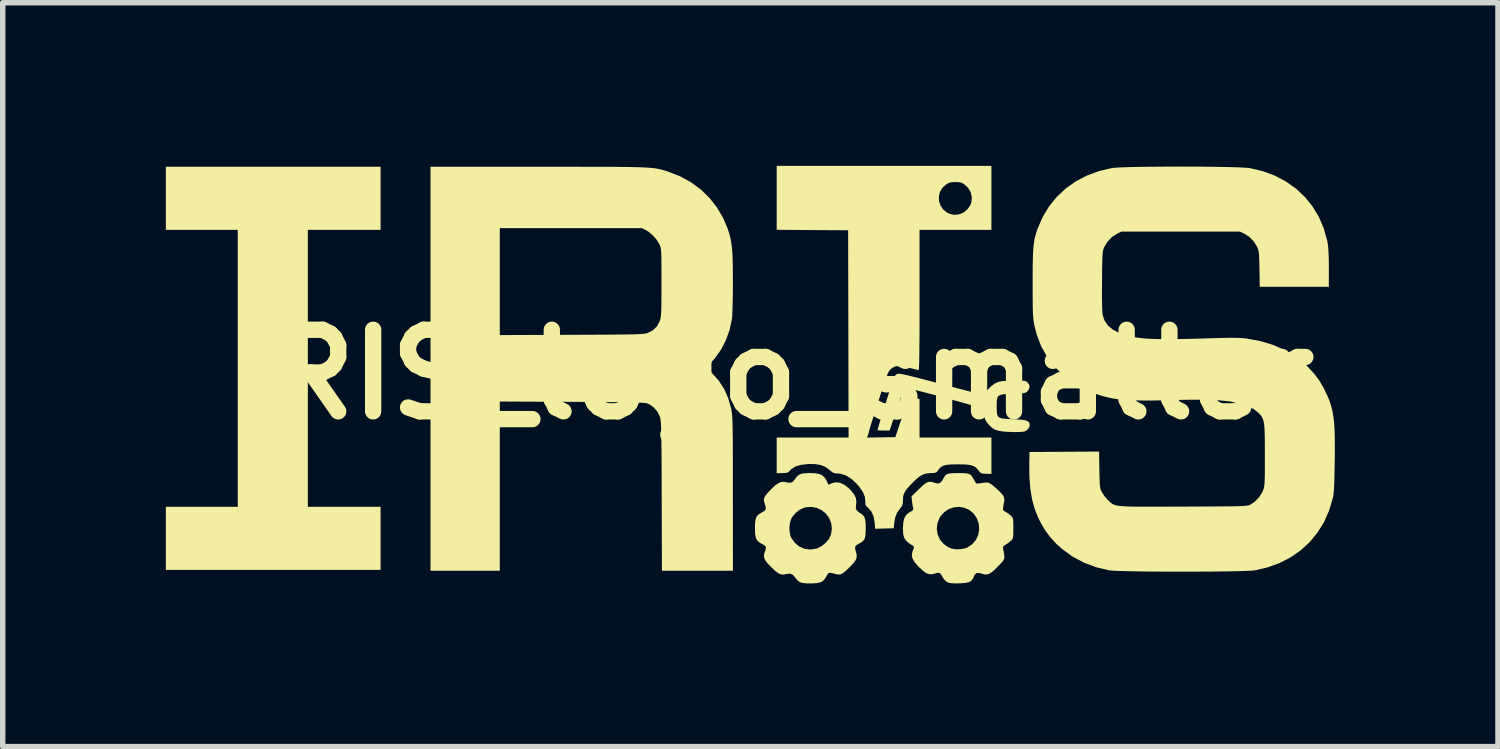
<source format=kicad_pcb>
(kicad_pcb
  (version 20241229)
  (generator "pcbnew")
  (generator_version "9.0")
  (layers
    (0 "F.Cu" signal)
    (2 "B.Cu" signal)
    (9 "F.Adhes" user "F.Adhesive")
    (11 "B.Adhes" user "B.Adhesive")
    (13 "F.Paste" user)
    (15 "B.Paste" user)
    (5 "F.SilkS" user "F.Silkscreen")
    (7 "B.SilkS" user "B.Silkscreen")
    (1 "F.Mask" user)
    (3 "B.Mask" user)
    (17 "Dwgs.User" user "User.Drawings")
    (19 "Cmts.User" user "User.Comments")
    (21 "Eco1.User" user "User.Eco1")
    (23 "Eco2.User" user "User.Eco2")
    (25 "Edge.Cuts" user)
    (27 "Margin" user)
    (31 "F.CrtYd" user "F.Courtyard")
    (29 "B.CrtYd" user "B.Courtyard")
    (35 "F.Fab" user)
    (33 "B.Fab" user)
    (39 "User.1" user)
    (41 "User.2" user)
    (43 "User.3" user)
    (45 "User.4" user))
  (footprint "IRIS_logo_smaller"
    (layer "F.Cu")
    (at 11.169 3.836)
    (property "Reference" "IRIS_logo_smaller" (at 0 0 0) (layer "F.SilkS") (effects (font (size 1.5 1.5) (thickness 0.3))))
    (attr board_only exclude_from_pos_files exclude_from_bom)
    (fp_poly (pts (xy -7.22 -3.239) (xy -7.22 -2.659) (xy -7.889 -2.659) (xy -8.558 -2.659) (xy -8.558 -0.113) (xy -8.558 2.434) (xy -7.889 2.434) (xy -7.22 2.434) (xy -7.22 3.014) (xy -7.22 3.594) (xy -9.195 3.594) (xy -11.169 3.594) (xy -11.169 3.014) (xy -11.169 2.434) (xy -10.508 2.434) (xy -9.847 2.434) (xy -9.847 -0.113) (xy -9.847 -2.659) (xy -10.508 -2.659) (xy -11.169 -2.659) (xy -11.169 -3.239) (xy -11.169 -3.82) (xy -9.195 -3.82) (xy -7.22 -3.82)) (stroke (width 0) (type solid)) (fill yes) (layer "F.SilkS"))
    (fp_poly (pts (xy 2.32 -0.013) (xy 2.349 -0.009) (xy 2.388 -0.002) (xy 2.44 0.009) (xy 2.508 0.025) (xy 2.594 0.046) (xy 2.699 0.073) (xy 2.827 0.106) (xy 2.979 0.146) (xy 3.159 0.194) (xy 3.318 0.236) (xy 3.442 0.269) (xy 3.556 0.298) (xy 3.657 0.324) (xy 3.74 0.345) (xy 3.803 0.36) (xy 3.841 0.368) (xy 3.85 0.369) (xy 3.873 0.357) (xy 3.907 0.325) (xy 3.941 0.286) (xy 4.002 0.221) (xy 4.07 0.17) (xy 4.085 0.162) (xy 4.12 0.146) (xy 4.153 0.134) (xy 4.192 0.126) (xy 4.244 0.121) (xy 4.315 0.118) (xy 4.4 0.115) (xy 4.493 0.114) (xy 4.56 0.114) (xy 4.606 0.116) (xy 4.636 0.121) (xy 4.657 0.13) (xy 4.67 0.14) (xy 4.708 0.188) (xy 4.715 0.24) (xy 4.69 0.293) (xy 4.685 0.299) (xy 4.669 0.317) (xy 4.653 0.329) (xy 4.63 0.338) (xy 4.595 0.344) (xy 4.543 0.348) (xy 4.468 0.351) (xy 4.409 0.354) (xy 4.304 0.358) (xy 4.227 0.365) (xy 4.174 0.377) (xy 4.14 0.398) (xy 4.121 0.432) (xy 4.112 0.481) (xy 4.11 0.55) (xy 4.11 0.588) (xy 4.111 0.667) (xy 4.116 0.725) (xy 4.13 0.766) (xy 4.157 0.792) (xy 4.202 0.808) (xy 4.269 0.816) (xy 4.362 0.821) (xy 4.402 0.823) (xy 4.509 0.828) (xy 4.588 0.835) (xy 4.644 0.846) (xy 4.681 0.861) (xy 4.703 0.881) (xy 4.715 0.909) (xy 4.716 0.912) (xy 4.713 0.961) (xy 4.686 1.006) (xy 4.642 1.04) (xy 4.616 1.05) (xy 4.565 1.056) (xy 4.493 1.059) (xy 4.407 1.059) (xy 4.32 1.056) (xy 4.239 1.05) (xy 4.212 1.047) (xy 4.15 1.036) (xy 4.094 1.021) (xy 4.066 1.009) (xy 4.018 0.976) (xy 3.968 0.928) (xy 3.924 0.874) (xy 3.896 0.826) (xy 3.891 0.81) (xy 3.872 0.733) (xy 3.857 0.681) (xy 3.841 0.648) (xy 3.823 0.628) (xy 3.815 0.621) (xy 3.79 0.611) (xy 3.738 0.594) (xy 3.664 0.571) (xy 3.57 0.544) (xy 3.462 0.513) (xy 3.343 0.48) (xy 3.217 0.445) (xy 3.088 0.41) (xy 2.96 0.376) (xy 2.837 0.344) (xy 2.722 0.314) (xy 2.62 0.289) (xy 2.534 0.268) (xy 2.469 0.253) (xy 2.428 0.246) (xy 2.415 0.245) (xy 2.406 0.261) (xy 2.389 0.304) (xy 2.365 0.369) (xy 2.335 0.452) (xy 2.301 0.549) (xy 2.271 0.641) (xy 2.141 1.031) (xy 2.03 1.031) (xy 1.974 1.03) (xy 1.934 1.027) (xy 1.918 1.023) (xy 1.918 1.022) (xy 1.923 1.004) (xy 1.936 0.959) (xy 1.955 0.893) (xy 1.981 0.81) (xy 2.01 0.715) (xy 2.042 0.613) (xy 2.075 0.508) (xy 2.107 0.405) (xy 2.138 0.308) (xy 2.165 0.223) (xy 2.188 0.153) (xy 2.204 0.104) (xy 2.21 0.087) (xy 2.234 0.033) (xy 2.257 0.003) (xy 2.286 -0.011) (xy 2.3 -0.013)) (stroke (width 0) (type solid)) (fill yes) (layer "F.SilkS"))
    (fp_poly (pts (xy 0.773 1.817) (xy 0.848 1.83) (xy 0.902 1.855) (xy 0.944 1.894) (xy 0.98 1.952) (xy 0.981 1.954) (xy 1.018 2.03) (xy 1.064 2.006) (xy 1.143 1.983) (xy 1.225 1.991) (xy 1.311 2.03) (xy 1.399 2.101) (xy 1.431 2.135) (xy 1.489 2.208) (xy 1.521 2.274) (xy 1.53 2.342) (xy 1.524 2.394) (xy 1.519 2.458) (xy 1.537 2.503) (xy 1.58 2.538) (xy 1.595 2.546) (xy 1.64 2.575) (xy 1.672 2.613) (xy 1.691 2.665) (xy 1.7 2.737) (xy 1.702 2.834) (xy 1.701 2.849) (xy 1.698 2.935) (xy 1.689 2.996) (xy 1.673 3.038) (xy 1.645 3.07) (xy 1.602 3.099) (xy 1.575 3.113) (xy 1.528 3.141) (xy 1.507 3.17) (xy 1.507 3.21) (xy 1.521 3.261) (xy 1.535 3.317) (xy 1.534 3.367) (xy 1.514 3.417) (xy 1.474 3.472) (xy 1.41 3.54) (xy 1.403 3.547) (xy 1.338 3.609) (xy 1.288 3.65) (xy 1.246 3.673) (xy 1.206 3.68) (xy 1.161 3.674) (xy 1.128 3.665) (xy 1.078 3.652) (xy 1.04 3.646) (xy 1.027 3.647) (xy 1.008 3.664) (xy 0.984 3.699) (xy 0.976 3.715) (xy 0.943 3.768) (xy 0.907 3.804) (xy 0.86 3.826) (xy 0.797 3.838) (xy 0.708 3.843) (xy 0.7 3.843) (xy 0.61 3.842) (xy 0.547 3.836) (xy 0.502 3.825) (xy 0.493 3.82) (xy 0.452 3.791) (xy 0.413 3.747) (xy 0.404 3.735) (xy 0.361 3.684) (xy 0.313 3.663) (xy 0.251 3.668) (xy 0.238 3.671) (xy 0.187 3.681) (xy 0.142 3.677) (xy 0.096 3.657) (xy 0.044 3.618) (xy -0.022 3.558) (xy -0.033 3.547) (xy -0.1 3.478) (xy -0.143 3.422) (xy -0.166 3.374) (xy -0.171 3.328) (xy -0.16 3.278) (xy -0.152 3.258) (xy -0.138 3.212) (xy -0.133 3.177) (xy -0.134 3.169) (xy -0.153 3.15) (xy -0.19 3.125) (xy -0.215 3.112) (xy -0.265 3.082) (xy -0.3 3.045) (xy -0.322 2.994) (xy -0.333 2.925) (xy -0.336 2.83) (xy -0.336 2.82) (xy -0.336 2.806) (xy 0.298 2.806) (xy 0.301 2.893) (xy 0.317 2.97) (xy 0.329 2.998) (xy 0.395 3.094) (xy 0.478 3.164) (xy 0.575 3.206) (xy 0.681 3.22) (xy 0.792 3.203) (xy 0.815 3.196) (xy 0.893 3.156) (xy 0.966 3.096) (xy 1.026 3.023) (xy 1.062 2.946) (xy 1.063 2.942) (xy 1.079 2.834) (xy 1.066 2.732) (xy 1.028 2.639) (xy 0.969 2.559) (xy 0.892 2.497) (xy 0.802 2.454) (xy 0.701 2.435) (xy 0.594 2.444) (xy 0.562 2.452) (xy 0.49 2.487) (xy 0.418 2.543) (xy 0.358 2.611) (xy 0.334 2.649) (xy 0.31 2.72) (xy 0.298 2.806) (xy -0.336 2.806) (xy -0.333 2.727) (xy -0.323 2.659) (xy -0.303 2.611) (xy -0.271 2.575) (xy -0.224 2.546) (xy -0.221 2.544) (xy -0.172 2.517) (xy -0.145 2.492) (xy -0.136 2.461) (xy -0.145 2.414) (xy -0.162 2.359) (xy -0.171 2.319) (xy -0.169 2.282) (xy -0.152 2.243) (xy -0.117 2.196) (xy -0.062 2.135) (xy -0.043 2.116) (xy 0.029 2.046) (xy 0.09 2.002) (xy 0.144 1.978) (xy 0.199 1.974) (xy 0.247 1.984) (xy 0.307 1.993) (xy 0.35 1.981) (xy 0.386 1.944) (xy 0.395 1.931) (xy 0.432 1.88) (xy 0.472 1.846) (xy 0.521 1.825) (xy 0.588 1.816) (xy 0.674 1.813)) (stroke (width 0) (type solid)) (fill yes) (layer "F.SilkS"))
    (fp_poly (pts (xy 3.476 1.814) (xy 3.544 1.818) (xy 3.592 1.827) (xy 3.626 1.843) (xy 3.651 1.869) (xy 3.675 1.907) (xy 3.681 1.917) (xy 3.706 1.962) (xy 3.727 1.994) (xy 3.736 2.005) (xy 3.757 2.006) (xy 3.799 2.002) (xy 3.834 1.996) (xy 3.891 1.989) (xy 3.94 1.987) (xy 3.96 1.99) (xy 3.991 2.006) (xy 4.036 2.039) (xy 4.089 2.084) (xy 4.143 2.133) (xy 4.191 2.181) (xy 4.226 2.222) (xy 4.236 2.237) (xy 4.25 2.289) (xy 4.248 2.331) (xy 4.235 2.405) (xy 4.228 2.454) (xy 4.227 2.484) (xy 4.233 2.501) (xy 4.247 2.513) (xy 4.271 2.525) (xy 4.273 2.526) (xy 4.323 2.558) (xy 4.37 2.596) (xy 4.371 2.598) (xy 4.39 2.617) (xy 4.403 2.637) (xy 4.411 2.663) (xy 4.414 2.702) (xy 4.416 2.762) (xy 4.416 2.828) (xy 4.416 2.909) (xy 4.414 2.964) (xy 4.409 3) (xy 4.401 3.025) (xy 4.387 3.044) (xy 4.371 3.059) (xy 4.324 3.098) (xy 4.274 3.13) (xy 4.273 3.131) (xy 4.238 3.153) (xy 4.226 3.176) (xy 4.229 3.212) (xy 4.244 3.289) (xy 4.251 3.344) (xy 4.249 3.384) (xy 4.234 3.418) (xy 4.204 3.456) (xy 4.157 3.506) (xy 4.14 3.523) (xy 4.069 3.594) (xy 4.012 3.642) (xy 3.965 3.669) (xy 3.92 3.68) (xy 3.874 3.675) (xy 3.844 3.666) (xy 3.781 3.65) (xy 3.737 3.654) (xy 3.706 3.682) (xy 3.687 3.722) (xy 3.664 3.769) (xy 3.633 3.802) (xy 3.59 3.823) (xy 3.528 3.835) (xy 3.442 3.841) (xy 3.416 3.842) (xy 3.328 3.842) (xy 3.265 3.838) (xy 3.221 3.829) (xy 3.201 3.821) (xy 3.159 3.789) (xy 3.125 3.744) (xy 3.123 3.74) (xy 3.091 3.684) (xy 3.063 3.654) (xy 3.031 3.646) (xy 2.993 3.655) (xy 2.928 3.673) (xy 2.871 3.673) (xy 2.816 3.654) (xy 2.756 3.613) (xy 2.686 3.548) (xy 2.665 3.526) (xy 2.601 3.453) (xy 2.564 3.391) (xy 2.549 3.334) (xy 2.556 3.273) (xy 2.569 3.234) (xy 2.585 3.192) (xy 2.587 3.169) (xy 2.577 3.156) (xy 2.569 3.151) (xy 2.491 3.1) (xy 2.439 3.052) (xy 2.407 3) (xy 2.391 2.934) (xy 2.386 2.848) (xy 2.386 2.845) (xy 3.008 2.845) (xy 3.025 2.945) (xy 3.067 3.037) (xy 3.133 3.116) (xy 3.219 3.177) (xy 3.278 3.201) (xy 3.36 3.216) (xy 3.454 3.213) (xy 3.541 3.194) (xy 3.57 3.182) (xy 3.659 3.123) (xy 3.726 3.045) (xy 3.77 2.952) (xy 3.788 2.85) (xy 3.78 2.744) (xy 3.743 2.641) (xy 3.743 2.641) (xy 3.681 2.554) (xy 3.603 2.49) (xy 3.514 2.451) (xy 3.418 2.435) (xy 3.321 2.444) (xy 3.228 2.476) (xy 3.144 2.533) (xy 3.074 2.613) (xy 3.057 2.642) (xy 3.018 2.742) (xy 3.008 2.845) (xy 2.386 2.845) (xy 2.386 2.828) (xy 2.392 2.722) (xy 2.412 2.64) (xy 2.448 2.58) (xy 2.502 2.537) (xy 2.515 2.53) (xy 2.556 2.507) (xy 2.573 2.487) (xy 2.574 2.461) (xy 2.572 2.453) (xy 2.564 2.411) (xy 2.556 2.354) (xy 2.552 2.327) (xy 2.542 2.244) (xy 2.673 2.115) (xy 2.743 2.048) (xy 2.799 2.003) (xy 2.846 1.979) (xy 2.889 1.973) (xy 2.935 1.981) (xy 2.962 1.991) (xy 3.02 2.006) (xy 3.065 1.996) (xy 3.103 1.959) (xy 3.125 1.92) (xy 3.15 1.877) (xy 3.174 1.847) (xy 3.206 1.829) (xy 3.252 1.819) (xy 3.318 1.815) (xy 3.382 1.814)) (stroke (width 0) (type solid)) (fill yes) (layer "F.SilkS"))
    (fp_poly (pts (xy -3.746 -3.82) (xy -3.503 -3.819) (xy -3.286 -3.819) (xy -3.093 -3.819) (xy -2.924 -3.818) (xy -2.776 -3.816) (xy -2.648 -3.815) (xy -2.536 -3.812) (xy -2.441 -3.81) (xy -2.359 -3.806) (xy -2.29 -3.802) (xy -2.23 -3.797) (xy -2.179 -3.791) (xy -2.134 -3.784) (xy -2.094 -3.776) (xy -2.057 -3.767) (xy -2.02 -3.757) (xy -1.983 -3.746) (xy -1.943 -3.733) (xy -1.931 -3.729) (xy -1.712 -3.644) (xy -1.511 -3.534) (xy -1.329 -3.399) (xy -1.168 -3.242) (xy -1.03 -3.065) (xy -0.917 -2.87) (xy -0.845 -2.7) (xy -0.819 -2.625) (xy -0.798 -2.553) (xy -0.781 -2.481) (xy -0.768 -2.405) (xy -0.758 -2.32) (xy -0.75 -2.223) (xy -0.746 -2.109) (xy -0.743 -1.973) (xy -0.742 -1.812) (xy -0.741 -1.697) (xy -0.742 -1.56) (xy -0.743 -1.428) (xy -0.746 -1.305) (xy -0.749 -1.197) (xy -0.752 -1.109) (xy -0.756 -1.045) (xy -0.759 -1.021) (xy -0.801 -0.822) (xy -0.87 -0.63) (xy -0.963 -0.451) (xy -1.078 -0.292) (xy -1.123 -0.241) (xy -1.23 -0.128) (xy -1.125 -0.024) (xy -0.998 0.118) (xy -0.899 0.272) (xy -0.825 0.443) (xy -0.772 0.634) (xy -0.772 0.636) (xy -0.767 0.663) (xy -0.762 0.691) (xy -0.758 0.723) (xy -0.755 0.761) (xy -0.752 0.807) (xy -0.749 0.863) (xy -0.747 0.932) (xy -0.746 1.015) (xy -0.744 1.115) (xy -0.743 1.234) (xy -0.743 1.374) (xy -0.742 1.537) (xy -0.742 1.726) (xy -0.742 1.943) (xy -0.742 2.189) (xy -0.742 2.196) (xy -0.741 3.61) (xy -1.394 3.61) (xy -2.046 3.61) (xy -2.051 2.236) (xy -2.051 1.993) (xy -2.052 1.78) (xy -2.053 1.594) (xy -2.054 1.435) (xy -2.056 1.299) (xy -2.057 1.185) (xy -2.058 1.09) (xy -2.06 1.012) (xy -2.063 0.95) (xy -2.065 0.9) (xy -2.068 0.861) (xy -2.072 0.831) (xy -2.076 0.807) (xy -2.081 0.788) (xy -2.085 0.774) (xy -2.128 0.686) (xy -2.193 0.61) (xy -2.27 0.554) (xy -2.322 0.531) (xy -2.342 0.527) (xy -2.373 0.524) (xy -2.417 0.52) (xy -2.477 0.517) (xy -2.554 0.515) (xy -2.65 0.513) (xy -2.767 0.511) (xy -2.907 0.509) (xy -3.071 0.508) (xy -3.263 0.506) (xy -3.483 0.505) (xy -3.711 0.504) (xy -5.028 0.498) (xy -5.028 2.054) (xy -5.028 3.61) (xy -5.665 3.61) (xy -6.302 3.61) (xy -6.302 -0.105) (xy -6.302 -2.691) (xy -5.028 -2.691) (xy -5.028 -1.708) (xy -5.028 -0.724) (xy -3.711 -0.729) (xy -3.472 -0.73) (xy -3.264 -0.731) (xy -3.083 -0.732) (xy -2.929 -0.733) (xy -2.797 -0.734) (xy -2.687 -0.736) (xy -2.596 -0.737) (xy -2.523 -0.739) (xy -2.463 -0.742) (xy -2.417 -0.745) (xy -2.381 -0.748) (xy -2.353 -0.752) (xy -2.331 -0.756) (xy -2.313 -0.761) (xy -2.309 -0.763) (xy -2.214 -0.811) (xy -2.139 -0.883) (xy -2.088 -0.977) (xy -2.085 -0.986) (xy -2.077 -1.01) (xy -2.071 -1.038) (xy -2.066 -1.071) (xy -2.062 -1.114) (xy -2.059 -1.169) (xy -2.057 -1.241) (xy -2.056 -1.333) (xy -2.055 -1.448) (xy -2.055 -1.59) (xy -2.055 -1.692) (xy -2.055 -1.85) (xy -2.055 -1.979) (xy -2.056 -2.083) (xy -2.057 -2.165) (xy -2.059 -2.227) (xy -2.062 -2.275) (xy -2.066 -2.31) (xy -2.071 -2.337) (xy -2.078 -2.359) (xy -2.086 -2.379) (xy -2.09 -2.389) (xy -2.143 -2.476) (xy -2.214 -2.558) (xy -2.294 -2.625) (xy -2.34 -2.653) (xy -2.416 -2.691) (xy -3.722 -2.691) (xy -5.028 -2.691) (xy -6.302 -2.691) (xy -6.302 -3.82) (xy -4.321 -3.82) (xy -4.019 -3.82)) (stroke (width 0) (type solid)) (fill yes) (layer "F.SilkS"))
    (fp_poly (pts (xy 4.013 -3.248) (xy 4.013 -2.659) (xy 3.352 -2.659) (xy 2.691 -2.659) (xy 2.691 -1.37) (xy 2.691 -1.11) (xy 2.691 -0.877) (xy 2.69 -0.674) (xy 2.688 -0.499) (xy 2.687 -0.354) (xy 2.685 -0.24) (xy 2.682 -0.155) (xy 2.679 -0.102) (xy 2.676 -0.081) (xy 2.676 -0.081) (xy 2.654 -0.084) (xy 2.609 -0.095) (xy 2.548 -0.11) (xy 2.502 -0.122) (xy 2.398 -0.146) (xy 2.316 -0.155) (xy 2.252 -0.149) (xy 2.2 -0.127) (xy 2.155 -0.091) (xy 2.135 -0.068) (xy 2.117 -0.039) (xy 2.097 0.002) (xy 2.075 0.059) (xy 2.048 0.137) (xy 2.015 0.239) (xy 2.001 0.283) (xy 1.965 0.396) (xy 1.928 0.514) (xy 1.891 0.628) (xy 1.859 0.729) (xy 1.835 0.803) (xy 1.81 0.881) (xy 1.788 0.952) (xy 1.772 1.007) (xy 1.764 1.039) (xy 1.763 1.04) (xy 1.752 1.087) (xy 1.741 1.12) (xy 1.725 1.161) (xy 1.985 1.157) (xy 2.246 1.152) (xy 2.37 0.782) (xy 2.409 0.664) (xy 2.44 0.573) (xy 2.464 0.506) (xy 2.485 0.46) (xy 2.504 0.432) (xy 2.525 0.418) (xy 2.548 0.416) (xy 2.578 0.421) (xy 2.616 0.432) (xy 2.631 0.436) (xy 2.691 0.453) (xy 2.691 0.806) (xy 2.691 1.16) (xy 3.352 1.16) (xy 4.013 1.16) (xy 4.013 1.495) (xy 4.013 1.829) (xy 3.916 1.827) (xy 3.861 1.824) (xy 3.826 1.816) (xy 3.801 1.797) (xy 3.774 1.762) (xy 3.771 1.759) (xy 3.738 1.72) (xy 3.699 1.692) (xy 3.649 1.672) (xy 3.583 1.66) (xy 3.495 1.654) (xy 3.381 1.653) (xy 3.375 1.653) (xy 3.27 1.655) (xy 3.192 1.662) (xy 3.134 1.675) (xy 3.091 1.697) (xy 3.056 1.729) (xy 3.029 1.766) (xy 3.009 1.792) (xy 2.986 1.806) (xy 2.951 1.812) (xy 2.897 1.814) (xy 2.825 1.82) (xy 2.761 1.837) (xy 2.7 1.87) (xy 2.634 1.922) (xy 2.556 1.997) (xy 2.553 2.001) (xy 2.484 2.075) (xy 2.437 2.134) (xy 2.407 2.186) (xy 2.391 2.238) (xy 2.386 2.295) (xy 2.385 2.314) (xy 2.383 2.371) (xy 2.372 2.411) (xy 2.347 2.448) (xy 2.335 2.463) (xy 2.278 2.542) (xy 2.243 2.632) (xy 2.226 2.732) (xy 2.216 2.828) (xy 2.045 2.833) (xy 1.874 2.838) (xy 1.866 2.728) (xy 1.847 2.617) (xy 1.809 2.525) (xy 1.752 2.457) (xy 1.739 2.446) (xy 1.709 2.419) (xy 1.695 2.39) (xy 1.694 2.345) (xy 1.694 2.337) (xy 1.685 2.25) (xy 1.648 2.161) (xy 1.583 2.066) (xy 1.528 2.003) (xy 1.43 1.914) (xy 1.335 1.856) (xy 1.241 1.826) (xy 1.186 1.821) (xy 1.137 1.818) (xy 1.1 1.806) (xy 1.061 1.778) (xy 1.039 1.758) (xy 0.963 1.702) (xy 0.876 1.666) (xy 0.771 1.648) (xy 0.644 1.647) (xy 0.635 1.648) (xy 0.508 1.663) (xy 0.407 1.694) (xy 0.333 1.741) (xy 0.306 1.769) (xy 0.283 1.793) (xy 0.256 1.806) (xy 0.214 1.812) (xy 0.168 1.814) (xy 0.064 1.816) (xy 0.064 1.488) (xy 0.064 1.16) (xy 0.725 1.16) (xy 1.386 1.16) (xy 1.382 -0.745) (xy 1.378 -2.651) (xy 0.721 -2.655) (xy 0.064 -2.66) (xy 0.064 -3.248) (xy 0.064 -3.271) (xy 3.046 -3.271) (xy 3.05 -3.185) (xy 3.078 -3.104) (xy 3.127 -3.032) (xy 3.198 -2.976) (xy 3.248 -2.953) (xy 3.32 -2.936) (xy 3.395 -2.941) (xy 3.441 -2.951) (xy 3.511 -2.985) (xy 3.575 -3.042) (xy 3.624 -3.111) (xy 3.642 -3.157) (xy 3.653 -3.256) (xy 3.633 -3.348) (xy 3.584 -3.431) (xy 3.52 -3.491) (xy 3.482 -3.517) (xy 3.444 -3.531) (xy 3.396 -3.537) (xy 3.352 -3.538) (xy 3.287 -3.535) (xy 3.24 -3.526) (xy 3.197 -3.505) (xy 3.178 -3.493) (xy 3.109 -3.431) (xy 3.065 -3.354) (xy 3.046 -3.271) (xy 0.064 -3.271) (xy 0.064 -3.836) (xy 2.039 -3.836) (xy 4.013 -3.836)) (stroke (width 0) (type solid)) (fill yes) (layer "F.SilkS"))
    (fp_poly (pts (xy 7.615 -3.822) (xy 7.798 -3.822) (xy 7.976 -3.82) (xy 8.145 -3.818) (xy 8.302 -3.815) (xy 8.442 -3.812) (xy 8.563 -3.808) (xy 8.662 -3.803) (xy 8.734 -3.798) (xy 8.768 -3.794) (xy 9.005 -3.738) (xy 9.225 -3.656) (xy 9.428 -3.549) (xy 9.612 -3.419) (xy 9.774 -3.267) (xy 9.915 -3.094) (xy 10.031 -2.903) (xy 10.122 -2.694) (xy 10.185 -2.47) (xy 10.194 -2.43) (xy 10.204 -2.357) (xy 10.211 -2.263) (xy 10.216 -2.145) (xy 10.218 -1.998) (xy 10.218 -1.956) (xy 10.218 -1.612) (xy 9.583 -1.612) (xy 8.947 -1.612) (xy 8.942 -1.938) (xy 8.94 -2.05) (xy 8.937 -2.136) (xy 8.934 -2.2) (xy 8.929 -2.247) (xy 8.922 -2.283) (xy 8.913 -2.313) (xy 8.901 -2.343) (xy 8.9 -2.345) (xy 8.836 -2.448) (xy 8.751 -2.533) (xy 8.663 -2.589) (xy 8.582 -2.627) (xy 7.494 -2.627) (xy 6.406 -2.627) (xy 6.326 -2.589) (xy 6.227 -2.525) (xy 6.144 -2.437) (xy 6.089 -2.345) (xy 6.079 -2.322) (xy 6.071 -2.299) (xy 6.064 -2.273) (xy 6.06 -2.24) (xy 6.056 -2.195) (xy 6.053 -2.136) (xy 6.051 -2.058) (xy 6.049 -1.958) (xy 6.048 -1.833) (xy 6.047 -1.72) (xy 6.046 -1.531) (xy 6.046 -1.375) (xy 6.049 -1.251) (xy 6.052 -1.159) (xy 6.058 -1.099) (xy 6.06 -1.087) (xy 6.095 -0.986) (xy 6.157 -0.899) (xy 6.245 -0.825) (xy 6.361 -0.765) (xy 6.506 -0.716) (xy 6.651 -0.684) (xy 6.739 -0.671) (xy 6.839 -0.661) (xy 6.956 -0.654) (xy 7.091 -0.65) (xy 7.248 -0.648) (xy 7.428 -0.65) (xy 7.635 -0.654) (xy 7.872 -0.66) (xy 7.878 -0.661) (xy 8.054 -0.666) (xy 8.201 -0.67) (xy 8.323 -0.673) (xy 8.424 -0.674) (xy 8.506 -0.673) (xy 8.575 -0.671) (xy 8.632 -0.668) (xy 8.682 -0.663) (xy 8.696 -0.662) (xy 8.953 -0.615) (xy 9.193 -0.543) (xy 9.413 -0.446) (xy 9.613 -0.324) (xy 9.793 -0.178) (xy 9.829 -0.143) (xy 9.946 -0.017) (xy 10.041 0.109) (xy 10.122 0.248) (xy 10.16 0.325) (xy 10.201 0.415) (xy 10.235 0.5) (xy 10.262 0.586) (xy 10.284 0.674) (xy 10.301 0.77) (xy 10.314 0.876) (xy 10.322 0.998) (xy 10.327 1.138) (xy 10.328 1.302) (xy 10.328 1.491) (xy 10.326 1.59) (xy 10.324 1.751) (xy 10.321 1.883) (xy 10.318 1.99) (xy 10.314 2.076) (xy 10.309 2.145) (xy 10.304 2.2) (xy 10.297 2.246) (xy 10.291 2.272) (xy 10.223 2.502) (xy 10.129 2.715) (xy 10.009 2.908) (xy 9.866 3.082) (xy 9.7 3.234) (xy 9.514 3.364) (xy 9.307 3.47) (xy 9.083 3.55) (xy 8.858 3.602) (xy 8.812 3.607) (xy 8.738 3.611) (xy 8.637 3.615) (xy 8.515 3.618) (xy 8.373 3.621) (xy 8.216 3.623) (xy 8.046 3.625) (xy 7.866 3.626) (xy 7.681 3.627) (xy 7.493 3.627) (xy 7.305 3.627) (xy 7.12 3.626) (xy 6.943 3.625) (xy 6.776 3.623) (xy 6.622 3.62) (xy 6.485 3.617) (xy 6.367 3.614) (xy 6.273 3.61) (xy 6.205 3.605) (xy 6.171 3.601) (xy 5.931 3.543) (xy 5.707 3.458) (xy 5.501 3.347) (xy 5.313 3.211) (xy 5.204 3.112) (xy 5.094 2.991) (xy 5.001 2.867) (xy 4.919 2.727) (xy 4.874 2.637) (xy 4.809 2.474) (xy 4.76 2.297) (xy 4.728 2.101) (xy 4.711 1.884) (xy 4.709 1.642) (xy 4.709 1.636) (xy 4.714 1.426) (xy 5.353 1.422) (xy 5.993 1.418) (xy 5.998 1.753) (xy 6 1.865) (xy 6.003 1.95) (xy 6.006 2.014) (xy 6.01 2.06) (xy 6.016 2.095) (xy 6.025 2.123) (xy 6.037 2.15) (xy 6.047 2.168) (xy 6.085 2.228) (xy 6.134 2.288) (xy 6.16 2.315) (xy 6.184 2.337) (xy 6.205 2.356) (xy 6.226 2.373) (xy 6.249 2.387) (xy 6.276 2.398) (xy 6.311 2.408) (xy 6.354 2.416) (xy 6.409 2.421) (xy 6.478 2.426) (xy 6.562 2.429) (xy 6.665 2.431) (xy 6.789 2.432) (xy 6.935 2.432) (xy 7.107 2.432) (xy 7.306 2.431) (xy 7.536 2.43) (xy 7.543 2.43) (xy 7.765 2.429) (xy 7.958 2.428) (xy 8.123 2.427) (xy 8.263 2.426) (xy 8.38 2.425) (xy 8.476 2.424) (xy 8.553 2.422) (xy 8.614 2.42) (xy 8.662 2.417) (xy 8.698 2.414) (xy 8.725 2.41) (xy 8.745 2.406) (xy 8.76 2.401) (xy 8.773 2.395) (xy 8.855 2.34) (xy 8.931 2.263) (xy 8.989 2.177) (xy 9.008 2.135) (xy 9.017 2.109) (xy 9.024 2.083) (xy 9.03 2.052) (xy 9.034 2.014) (xy 9.037 1.963) (xy 9.039 1.897) (xy 9.041 1.812) (xy 9.041 1.704) (xy 9.041 1.569) (xy 9.041 1.485) (xy 9.041 1.321) (xy 9.04 1.187) (xy 9.038 1.077) (xy 9.034 0.99) (xy 9.028 0.92) (xy 9.019 0.866) (xy 9.007 0.823) (xy 8.99 0.788) (xy 8.97 0.757) (xy 8.945 0.728) (xy 8.926 0.708) (xy 8.836 0.637) (xy 8.718 0.578) (xy 8.571 0.531) (xy 8.394 0.496) (xy 8.188 0.474) (xy 8.107 0.469) (xy 8.031 0.466) (xy 7.929 0.465) (xy 7.808 0.465) (xy 7.673 0.465) (xy 7.531 0.467) (xy 7.389 0.47) (xy 7.341 0.472) (xy 7.117 0.477) (xy 6.921 0.48) (xy 6.75 0.479) (xy 6.601 0.475) (xy 6.469 0.468) (xy 6.352 0.457) (xy 6.246 0.441) (xy 6.147 0.421) (xy 6.052 0.396) (xy 5.957 0.366) (xy 5.923 0.354) (xy 5.827 0.319) (xy 5.749 0.286) (xy 5.678 0.251) (xy 5.603 0.206) (xy 5.52 0.154) (xy 5.333 0.014) (xy 5.172 -0.145) (xy 5.036 -0.324) (xy 4.927 -0.52) (xy 4.846 -0.733) (xy 4.803 -0.9) (xy 4.795 -0.945) (xy 4.788 -0.989) (xy 4.782 -1.036) (xy 4.778 -1.09) (xy 4.775 -1.155) (xy 4.773 -1.235) (xy 4.772 -1.334) (xy 4.771 -1.456) (xy 4.771 -1.605) (xy 4.771 -1.673) (xy 4.771 -1.855) (xy 4.772 -2.008) (xy 4.775 -2.137) (xy 4.779 -2.246) (xy 4.785 -2.337) (xy 4.794 -2.415) (xy 4.805 -2.484) (xy 4.82 -2.547) (xy 4.837 -2.608) (xy 4.858 -2.671) (xy 4.861 -2.678) (xy 4.955 -2.895) (xy 5.074 -3.092) (xy 5.217 -3.268) (xy 5.382 -3.422) (xy 5.568 -3.553) (xy 5.773 -3.66) (xy 5.996 -3.742) (xy 6.227 -3.795) (xy 6.278 -3.801) (xy 6.357 -3.806) (xy 6.462 -3.81) (xy 6.588 -3.814) (xy 6.733 -3.817) (xy 6.893 -3.819) (xy 7.065 -3.821) (xy 7.244 -3.822) (xy 7.429 -3.823)) (stroke (width 0) (type solid)) (fill yes) (layer "F.SilkS")))
  (gr_rect
    (start -3 -3)
    (end 24.497 10.679)
    (stroke (width 0.1) (type default))
    (fill no)
    (layer "Edge.Cuts")))
</source>
